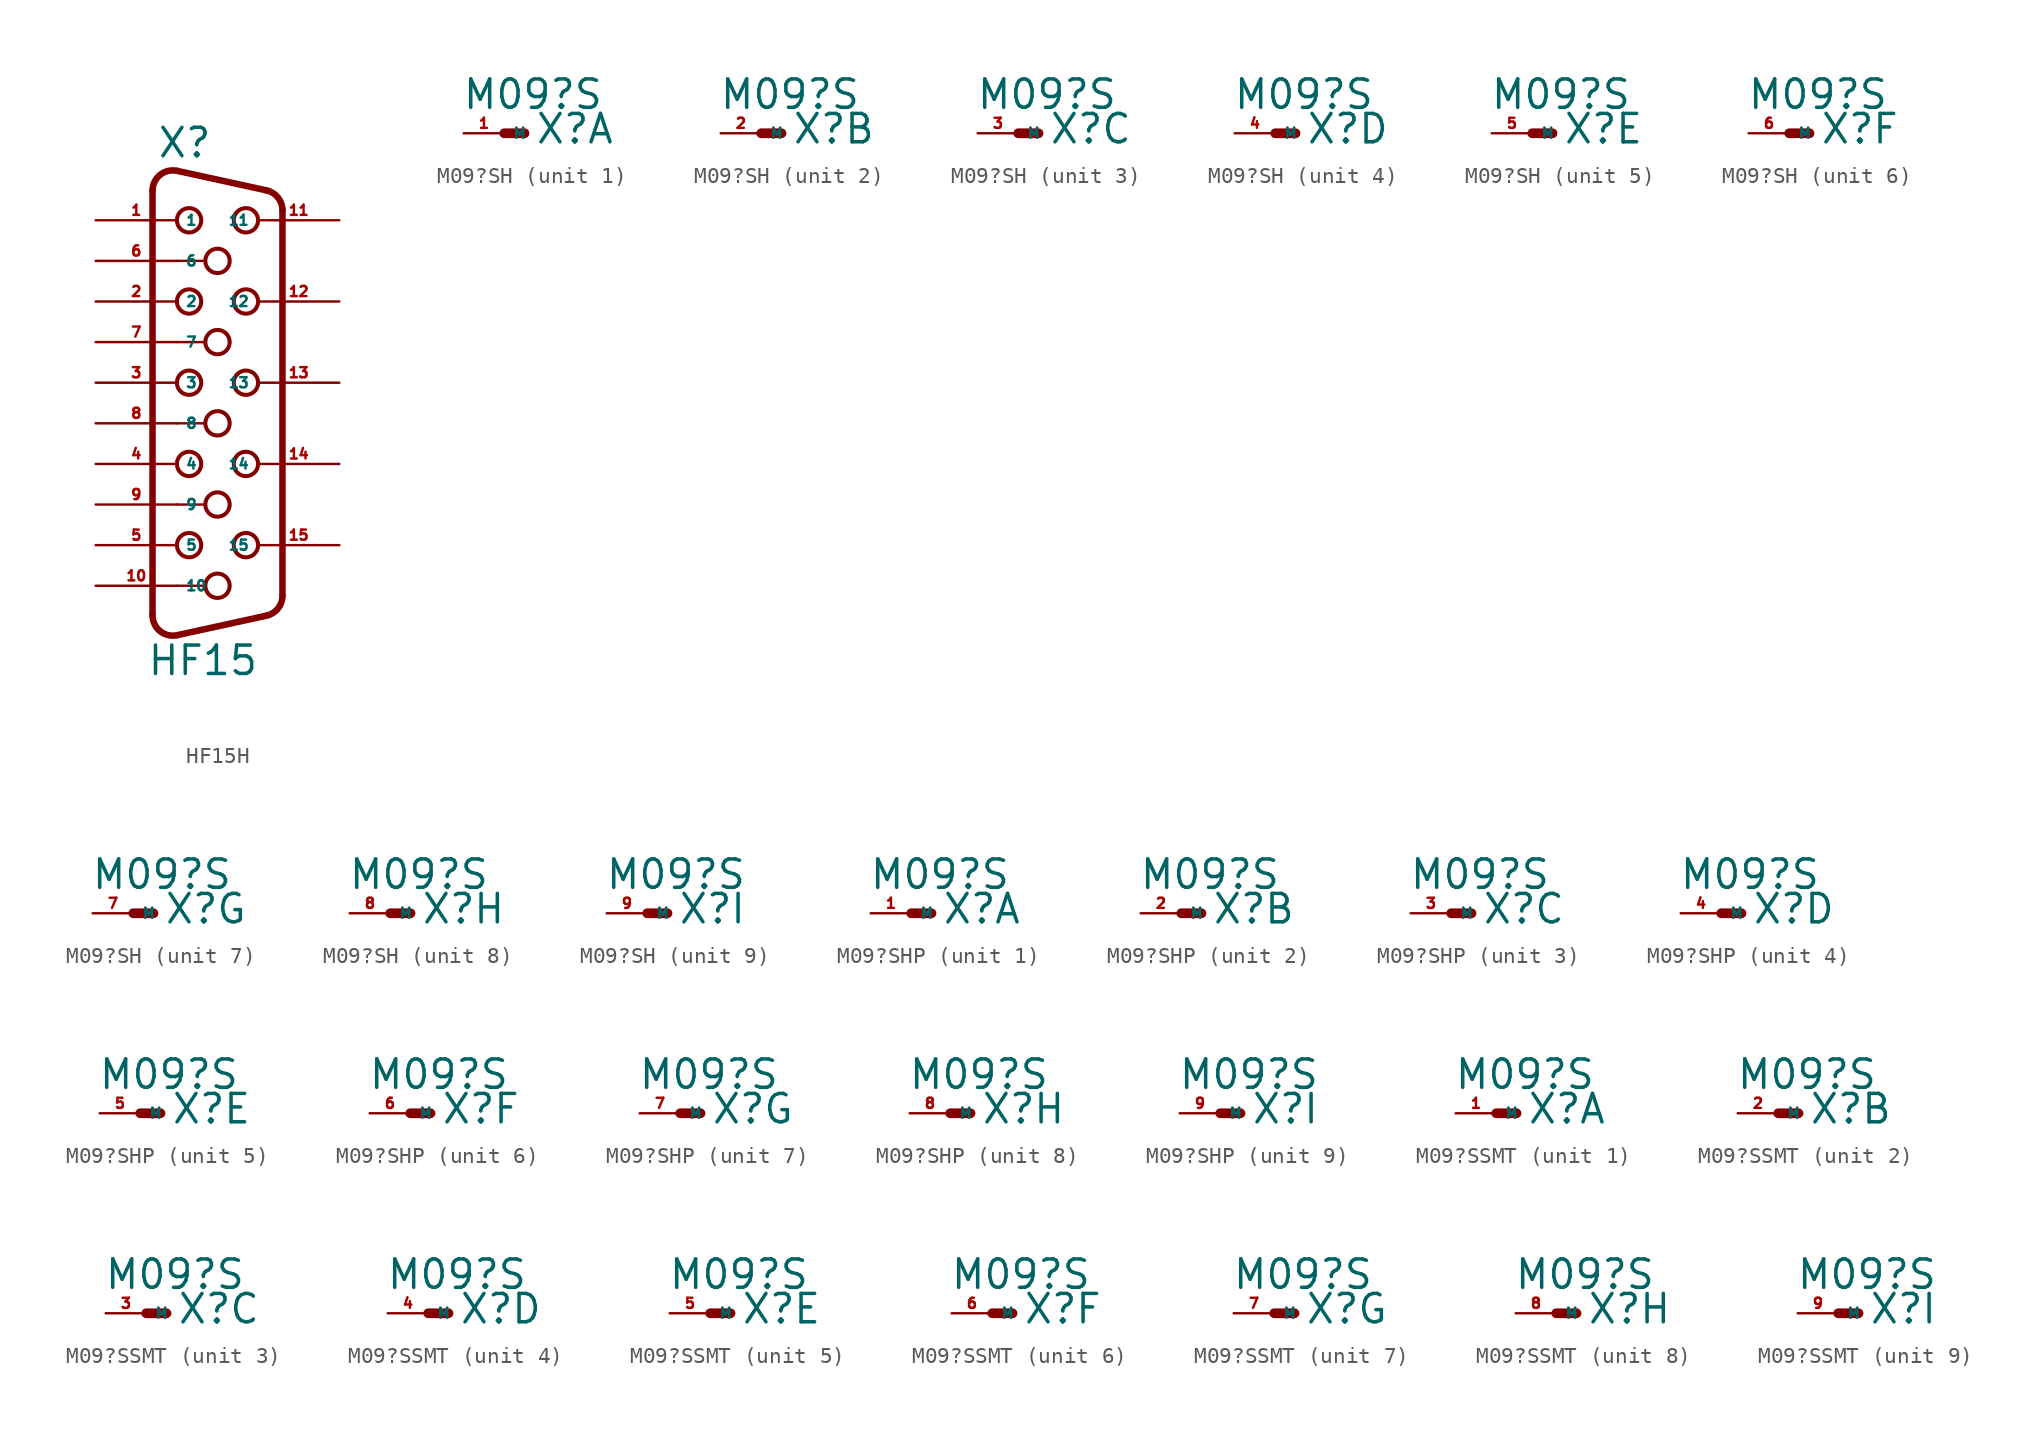
<source format=kicad_sym>
(kicad_symbol_lib
  (version 20220914)
  (generator Eagle2Kicad)
  (symbol "HF15H"
    (property "Reference" "X"
      (at -3.81 13.97 0)
      (effects (font (size 1.778 1.778) (thickness 0.22)) (justify left bottom)))
    (property "Value" "HF15"
      (at -4.445 -18.415 0)
      (effects (font (size 1.778 1.778) (thickness 0.22)) (justify left bottom)))
    (arc
      (start -2.5226 13.252)
      (mid -3.590 13.001)
      (end -4.064 12.0112)
      (stroke (width 0.4064) (type default))
      (fill (type none)))
    (polyline
      (pts (xy -2.523 13.252) (xy 3.065 12.029))
      (stroke (width 0.406) (type default))
      (fill (type none)))
    (arc
      (start 4.0642 10.7888)
      (mid 3.783 11.585)
      (end 3.0654 12.0295)
      (stroke (width 0.4064) (type default))
      (fill (type none)))
    (polyline
      (pts (xy 4.064 -13.329) (xy 4.064 10.789))
      (stroke (width 0.406) (type default))
      (fill (type none)))
    (arc
      (start 3.0654 -14.5694)
      (mid 3.783 -14.125)
      (end 4.064 -13.3288)
      (stroke (width 0.4064) (type default))
      (fill (type none)))
    (polyline
      (pts (xy -4.064 -14.551) (xy -4.064 12.011))
      (stroke (width 0.406) (type default))
      (fill (type none)))
    (polyline
      (pts (xy -2.523 -15.792) (xy 3.065 -14.569))
      (stroke (width 0.406) (type default))
      (fill (type none)))
    (arc
      (start -4.064 -14.5512)
      (mid -3.590 -15.541)
      (end -2.5226 -15.7919)
      (stroke (width 0.4064) (type default))
      (fill (type none)))
    (polyline
      (pts (xy -2.54 7.62) (xy -0.762 7.62))
      (stroke (width 0.152) (type default))
      (fill (type none)))
    (polyline
      (pts (xy -2.54 2.54) (xy -0.762 2.54))
      (stroke (width 0.152) (type default))
      (fill (type none)))
    (polyline
      (pts (xy -2.54 -2.54) (xy -0.762 -2.54))
      (stroke (width 0.152) (type default))
      (fill (type none)))
    (polyline
      (pts (xy -2.54 -7.62) (xy -0.762 -7.62))
      (stroke (width 0.152) (type default))
      (fill (type none)))
    (polyline
      (pts (xy -2.54 -12.7) (xy -0.762 -12.7))
      (stroke (width 0.152) (type default))
      (fill (type none)))
    (circle
      (center 0 7.62)
      (radius 0.762)
      (stroke (width 0.254) (type default))
      (fill (type none)))
    (circle
      (center 1.778 10.16)
      (radius 0.762)
      (stroke (width 0.254) (type default))
      (fill (type none)))
    (circle
      (center -1.778 10.16)
      (radius 0.762)
      (stroke (width 0.254) (type default))
      (fill (type none)))
    (circle
      (center 1.778 5.08)
      (radius 0.762)
      (stroke (width 0.254) (type default))
      (fill (type none)))
    (circle
      (center -1.778 5.08)
      (radius 0.762)
      (stroke (width 0.254) (type default))
      (fill (type none)))
    (circle
      (center 1.778 0)
      (radius 0.762)
      (stroke (width 0.254) (type default))
      (fill (type none)))
    (circle
      (center -1.778 0)
      (radius 0.762)
      (stroke (width 0.254) (type default))
      (fill (type none)))
    (circle
      (center 1.778 -5.08)
      (radius 0.762)
      (stroke (width 0.254) (type default))
      (fill (type none)))
    (circle
      (center -1.778 -5.08)
      (radius 0.762)
      (stroke (width 0.254) (type default))
      (fill (type none)))
    (circle
      (center 1.778 -10.16)
      (radius 0.762)
      (stroke (width 0.254) (type default))
      (fill (type none)))
    (circle
      (center -1.778 -10.16)
      (radius 0.762)
      (stroke (width 0.254) (type default))
      (fill (type none)))
    (circle
      (center 0 2.54)
      (radius 0.762)
      (stroke (width 0.254) (type default))
      (fill (type none)))
    (circle
      (center 0 -2.54)
      (radius 0.762)
      (stroke (width 0.254) (type default))
      (fill (type none)))
    (circle
      (center 0 -7.62)
      (radius 0.762)
      (stroke (width 0.254) (type default))
      (fill (type none)))
    (circle
      (center 0 -12.7)
      (radius 0.762)
      (stroke (width 0.254) (type default))
      (fill (type none)))
    (pin passive line
      (at -7.62 10.16 0)
      (length 5.08)
      (name "1" (effects (font (size 0.635 0.635) (thickness 0.08)) (justify left bottom)))
      (number "1" (effects (font (size 0.635 0.635) (thickness 0.08)) (justify left bottom))))
    (pin passive line
      (at -7.62 5.08 0)
      (length 5.08)
      (name "2" (effects (font (size 0.635 0.635) (thickness 0.08)) (justify left bottom)))
      (number "2" (effects (font (size 0.635 0.635) (thickness 0.08)) (justify left bottom))))
    (pin passive line
      (at -7.62 0 0)
      (length 5.08)
      (name "3" (effects (font (size 0.635 0.635) (thickness 0.08)) (justify left bottom)))
      (number "3" (effects (font (size 0.635 0.635) (thickness 0.08)) (justify left bottom))))
    (pin passive line
      (at -7.62 -5.08 0)
      (length 5.08)
      (name "4" (effects (font (size 0.635 0.635) (thickness 0.08)) (justify left bottom)))
      (number "4" (effects (font (size 0.635 0.635) (thickness 0.08)) (justify left bottom))))
    (pin passive line
      (at -7.62 -10.16 0)
      (length 5.08)
      (name "5" (effects (font (size 0.635 0.635) (thickness 0.08)) (justify left bottom)))
      (number "5" (effects (font (size 0.635 0.635) (thickness 0.08)) (justify left bottom))))
    (pin passive line
      (at -7.62 7.62 0)
      (length 5.08)
      (name "6" (effects (font (size 0.635 0.635) (thickness 0.08)) (justify left bottom)))
      (number "6" (effects (font (size 0.635 0.635) (thickness 0.08)) (justify left bottom))))
    (pin passive line
      (at -7.62 2.54 0)
      (length 5.08)
      (name "7" (effects (font (size 0.635 0.635) (thickness 0.08)) (justify left bottom)))
      (number "7" (effects (font (size 0.635 0.635) (thickness 0.08)) (justify left bottom))))
    (pin passive line
      (at -7.62 -2.54 0)
      (length 5.08)
      (name "8" (effects (font (size 0.635 0.635) (thickness 0.08)) (justify left bottom)))
      (number "8" (effects (font (size 0.635 0.635) (thickness 0.08)) (justify left bottom))))
    (pin passive line
      (at -7.62 -7.62 0)
      (length 5.08)
      (name "9" (effects (font (size 0.635 0.635) (thickness 0.08)) (justify left bottom)))
      (number "9" (effects (font (size 0.635 0.635) (thickness 0.08)) (justify left bottom))))
    (pin passive line
      (at -7.62 -12.7 0)
      (length 5.08)
      (name "10" (effects (font (size 0.635 0.635) (thickness 0.08)) (justify left bottom)))
      (number "10" (effects (font (size 0.635 0.635) (thickness 0.08)) (justify left bottom))))
    (pin passive line
      (at 7.62 10.16 180)
      (length 5.08)
      (name "11" (effects (font (size 0.635 0.635) (thickness 0.08)) (justify left bottom)))
      (number "11" (effects (font (size 0.635 0.635) (thickness 0.08)) (justify left bottom))))
    (pin passive line
      (at 7.62 5.08 180)
      (length 5.08)
      (name "12" (effects (font (size 0.635 0.635) (thickness 0.08)) (justify left bottom)))
      (number "12" (effects (font (size 0.635 0.635) (thickness 0.08)) (justify left bottom))))
    (pin passive line
      (at 7.62 0 180)
      (length 5.08)
      (name "13" (effects (font (size 0.635 0.635) (thickness 0.08)) (justify left bottom)))
      (number "13" (effects (font (size 0.635 0.635) (thickness 0.08)) (justify left bottom))))
    (pin passive line
      (at 7.62 -5.08 180)
      (length 5.08)
      (name "14" (effects (font (size 0.635 0.635) (thickness 0.08)) (justify left bottom)))
      (number "14" (effects (font (size 0.635 0.635) (thickness 0.08)) (justify left bottom))))
    (pin passive line
      (at 7.62 -10.16 180)
      (length 5.08)
      (name "15" (effects (font (size 0.635 0.635) (thickness 0.08)) (justify left bottom)))
      (number "15" (effects (font (size 0.635 0.635) (thickness 0.08)) (justify left bottom)))))
  (symbol "M09?SH"
    (property "Reference" "X"
      (at 1.905 -0.762 0)
      (effects (font (size 1.778 1.778) (thickness 0.22)) (justify left bottom)))
    (property "Value" "M09?S"
      (at -2.667 1.397 0)
      (effects (font (size 1.778 1.778) (thickness 0.22)) (justify left bottom)))
    (symbol "M09?SH_1_0"
      (polyline (pts (xy 0 0) (xy 1.27 0)) (stroke (width 0.61) (type default)) (fill (type none)))
      (pin passive line (at -2.54 0 0) (length 2.54) (name "M" (effects (font (size 0.635 0.635) (thickness 0.08)) (justify left bottom))) (number "1" (effects (font (size 0.635 0.635) (thickness 0.08)) (justify left bottom)))))
    (symbol "M09?SH_2_0"
      (polyline (pts (xy 0 0) (xy 1.27 0)) (stroke (width 0.61) (type default)) (fill (type none)))
      (pin passive line (at -2.54 0 0) (length 2.54) (name "M" (effects (font (size 0.635 0.635) (thickness 0.08)) (justify left bottom))) (number "2" (effects (font (size 0.635 0.635) (thickness 0.08)) (justify left bottom)))))
    (symbol "M09?SH_3_0"
      (polyline (pts (xy 0 0) (xy 1.27 0)) (stroke (width 0.61) (type default)) (fill (type none)))
      (pin passive line (at -2.54 0 0) (length 2.54) (name "M" (effects (font (size 0.635 0.635) (thickness 0.08)) (justify left bottom))) (number "3" (effects (font (size 0.635 0.635) (thickness 0.08)) (justify left bottom)))))
    (symbol "M09?SH_4_0"
      (polyline (pts (xy 0 0) (xy 1.27 0)) (stroke (width 0.61) (type default)) (fill (type none)))
      (pin passive line (at -2.54 0 0) (length 2.54) (name "M" (effects (font (size 0.635 0.635) (thickness 0.08)) (justify left bottom))) (number "4" (effects (font (size 0.635 0.635) (thickness 0.08)) (justify left bottom)))))
    (symbol "M09?SH_5_0"
      (polyline (pts (xy 0 0) (xy 1.27 0)) (stroke (width 0.61) (type default)) (fill (type none)))
      (pin passive line (at -2.54 0 0) (length 2.54) (name "M" (effects (font (size 0.635 0.635) (thickness 0.08)) (justify left bottom))) (number "5" (effects (font (size 0.635 0.635) (thickness 0.08)) (justify left bottom)))))
    (symbol "M09?SH_6_0"
      (polyline (pts (xy 0 0) (xy 1.27 0)) (stroke (width 0.61) (type default)) (fill (type none)))
      (pin passive line (at -2.54 0 0) (length 2.54) (name "M" (effects (font (size 0.635 0.635) (thickness 0.08)) (justify left bottom))) (number "6" (effects (font (size 0.635 0.635) (thickness 0.08)) (justify left bottom)))))
    (symbol "M09?SH_7_0"
      (polyline (pts (xy 0 0) (xy 1.27 0)) (stroke (width 0.61) (type default)) (fill (type none)))
      (pin passive line (at -2.54 0 0) (length 2.54) (name "M" (effects (font (size 0.635 0.635) (thickness 0.08)) (justify left bottom))) (number "7" (effects (font (size 0.635 0.635) (thickness 0.08)) (justify left bottom)))))
    (symbol "M09?SH_8_0"
      (polyline (pts (xy 0 0) (xy 1.27 0)) (stroke (width 0.61) (type default)) (fill (type none)))
      (pin passive line (at -2.54 0 0) (length 2.54) (name "M" (effects (font (size 0.635 0.635) (thickness 0.08)) (justify left bottom))) (number "8" (effects (font (size 0.635 0.635) (thickness 0.08)) (justify left bottom)))))
    (symbol "M09?SH_9_0"
      (polyline (pts (xy 0 0) (xy 1.27 0)) (stroke (width 0.61) (type default)) (fill (type none)))
      (pin passive line (at -2.54 0 0) (length 2.54) (name "M" (effects (font (size 0.635 0.635) (thickness 0.08)) (justify left bottom))) (number "9" (effects (font (size 0.635 0.635) (thickness 0.08)) (justify left bottom))))))
  (symbol "M09?SHP"
    (property "Reference" "X"
      (at 1.905 -0.762 0)
      (effects (font (size 1.778 1.778) (thickness 0.22)) (justify left bottom)))
    (property "Value" "M09?S"
      (at -2.667 1.397 0)
      (effects (font (size 1.778 1.778) (thickness 0.22)) (justify left bottom)))
    (symbol "M09?SHP_1_0"
      (polyline (pts (xy 0 0) (xy 1.27 0)) (stroke (width 0.61) (type default)) (fill (type none)))
      (pin passive line (at -2.54 0 0) (length 2.54) (name "M" (effects (font (size 0.635 0.635) (thickness 0.08)) (justify left bottom))) (number "1" (effects (font (size 0.635 0.635) (thickness 0.08)) (justify left bottom)))))
    (symbol "M09?SHP_2_0"
      (polyline (pts (xy 0 0) (xy 1.27 0)) (stroke (width 0.61) (type default)) (fill (type none)))
      (pin passive line (at -2.54 0 0) (length 2.54) (name "M" (effects (font (size 0.635 0.635) (thickness 0.08)) (justify left bottom))) (number "2" (effects (font (size 0.635 0.635) (thickness 0.08)) (justify left bottom)))))
    (symbol "M09?SHP_3_0"
      (polyline (pts (xy 0 0) (xy 1.27 0)) (stroke (width 0.61) (type default)) (fill (type none)))
      (pin passive line (at -2.54 0 0) (length 2.54) (name "M" (effects (font (size 0.635 0.635) (thickness 0.08)) (justify left bottom))) (number "3" (effects (font (size 0.635 0.635) (thickness 0.08)) (justify left bottom)))))
    (symbol "M09?SHP_4_0"
      (polyline (pts (xy 0 0) (xy 1.27 0)) (stroke (width 0.61) (type default)) (fill (type none)))
      (pin passive line (at -2.54 0 0) (length 2.54) (name "M" (effects (font (size 0.635 0.635) (thickness 0.08)) (justify left bottom))) (number "4" (effects (font (size 0.635 0.635) (thickness 0.08)) (justify left bottom)))))
    (symbol "M09?SHP_5_0"
      (polyline (pts (xy 0 0) (xy 1.27 0)) (stroke (width 0.61) (type default)) (fill (type none)))
      (pin passive line (at -2.54 0 0) (length 2.54) (name "M" (effects (font (size 0.635 0.635) (thickness 0.08)) (justify left bottom))) (number "5" (effects (font (size 0.635 0.635) (thickness 0.08)) (justify left bottom)))))
    (symbol "M09?SHP_6_0"
      (polyline (pts (xy 0 0) (xy 1.27 0)) (stroke (width 0.61) (type default)) (fill (type none)))
      (pin passive line (at -2.54 0 0) (length 2.54) (name "M" (effects (font (size 0.635 0.635) (thickness 0.08)) (justify left bottom))) (number "6" (effects (font (size 0.635 0.635) (thickness 0.08)) (justify left bottom)))))
    (symbol "M09?SHP_7_0"
      (polyline (pts (xy 0 0) (xy 1.27 0)) (stroke (width 0.61) (type default)) (fill (type none)))
      (pin passive line (at -2.54 0 0) (length 2.54) (name "M" (effects (font (size 0.635 0.635) (thickness 0.08)) (justify left bottom))) (number "7" (effects (font (size 0.635 0.635) (thickness 0.08)) (justify left bottom)))))
    (symbol "M09?SHP_8_0"
      (polyline (pts (xy 0 0) (xy 1.27 0)) (stroke (width 0.61) (type default)) (fill (type none)))
      (pin passive line (at -2.54 0 0) (length 2.54) (name "M" (effects (font (size 0.635 0.635) (thickness 0.08)) (justify left bottom))) (number "8" (effects (font (size 0.635 0.635) (thickness 0.08)) (justify left bottom)))))
    (symbol "M09?SHP_9_0"
      (polyline (pts (xy 0 0) (xy 1.27 0)) (stroke (width 0.61) (type default)) (fill (type none)))
      (pin passive line (at -2.54 0 0) (length 2.54) (name "M" (effects (font (size 0.635 0.635) (thickness 0.08)) (justify left bottom))) (number "9" (effects (font (size 0.635 0.635) (thickness 0.08)) (justify left bottom))))))
  (symbol "M09?SSMT"
    (property "Reference" "X"
      (at 1.905 -0.762 0)
      (effects (font (size 1.778 1.778) (thickness 0.22)) (justify left bottom)))
    (property "Value" "M09?S"
      (at -2.667 1.397 0)
      (effects (font (size 1.778 1.778) (thickness 0.22)) (justify left bottom)))
    (symbol "M09?SSMT_1_0"
      (polyline (pts (xy 0 0) (xy 1.27 0)) (stroke (width 0.61) (type default)) (fill (type none)))
      (pin passive line (at -2.54 0 0) (length 2.54) (name "M" (effects (font (size 0.635 0.635) (thickness 0.08)) (justify left bottom))) (number "1" (effects (font (size 0.635 0.635) (thickness 0.08)) (justify left bottom)))))
    (symbol "M09?SSMT_2_0"
      (polyline (pts (xy 0 0) (xy 1.27 0)) (stroke (width 0.61) (type default)) (fill (type none)))
      (pin passive line (at -2.54 0 0) (length 2.54) (name "M" (effects (font (size 0.635 0.635) (thickness 0.08)) (justify left bottom))) (number "2" (effects (font (size 0.635 0.635) (thickness 0.08)) (justify left bottom)))))
    (symbol "M09?SSMT_3_0"
      (polyline (pts (xy 0 0) (xy 1.27 0)) (stroke (width 0.61) (type default)) (fill (type none)))
      (pin passive line (at -2.54 0 0) (length 2.54) (name "M" (effects (font (size 0.635 0.635) (thickness 0.08)) (justify left bottom))) (number "3" (effects (font (size 0.635 0.635) (thickness 0.08)) (justify left bottom)))))
    (symbol "M09?SSMT_4_0"
      (polyline (pts (xy 0 0) (xy 1.27 0)) (stroke (width 0.61) (type default)) (fill (type none)))
      (pin passive line (at -2.54 0 0) (length 2.54) (name "M" (effects (font (size 0.635 0.635) (thickness 0.08)) (justify left bottom))) (number "4" (effects (font (size 0.635 0.635) (thickness 0.08)) (justify left bottom)))))
    (symbol "M09?SSMT_5_0"
      (polyline (pts (xy 0 0) (xy 1.27 0)) (stroke (width 0.61) (type default)) (fill (type none)))
      (pin passive line (at -2.54 0 0) (length 2.54) (name "M" (effects (font (size 0.635 0.635) (thickness 0.08)) (justify left bottom))) (number "5" (effects (font (size 0.635 0.635) (thickness 0.08)) (justify left bottom)))))
    (symbol "M09?SSMT_6_0"
      (polyline (pts (xy 0 0) (xy 1.27 0)) (stroke (width 0.61) (type default)) (fill (type none)))
      (pin passive line (at -2.54 0 0) (length 2.54) (name "M" (effects (font (size 0.635 0.635) (thickness 0.08)) (justify left bottom))) (number "6" (effects (font (size 0.635 0.635) (thickness 0.08)) (justify left bottom)))))
    (symbol "M09?SSMT_7_0"
      (polyline (pts (xy 0 0) (xy 1.27 0)) (stroke (width 0.61) (type default)) (fill (type none)))
      (pin passive line (at -2.54 0 0) (length 2.54) (name "M" (effects (font (size 0.635 0.635) (thickness 0.08)) (justify left bottom))) (number "7" (effects (font (size 0.635 0.635) (thickness 0.08)) (justify left bottom)))))
    (symbol "M09?SSMT_8_0"
      (polyline (pts (xy 0 0) (xy 1.27 0)) (stroke (width 0.61) (type default)) (fill (type none)))
      (pin passive line (at -2.54 0 0) (length 2.54) (name "M" (effects (font (size 0.635 0.635) (thickness 0.08)) (justify left bottom))) (number "8" (effects (font (size 0.635 0.635) (thickness 0.08)) (justify left bottom)))))
    (symbol "M09?SSMT_9_0"
      (polyline (pts (xy 0 0) (xy 1.27 0)) (stroke (width 0.61) (type default)) (fill (type none)))
      (pin passive line (at -2.54 0 0) (length 2.54) (name "M" (effects (font (size 0.635 0.635) (thickness 0.08)) (justify left bottom))) (number "9" (effects (font (size 0.635 0.635) (thickness 0.08)) (justify left bottom)))))))
</source>
